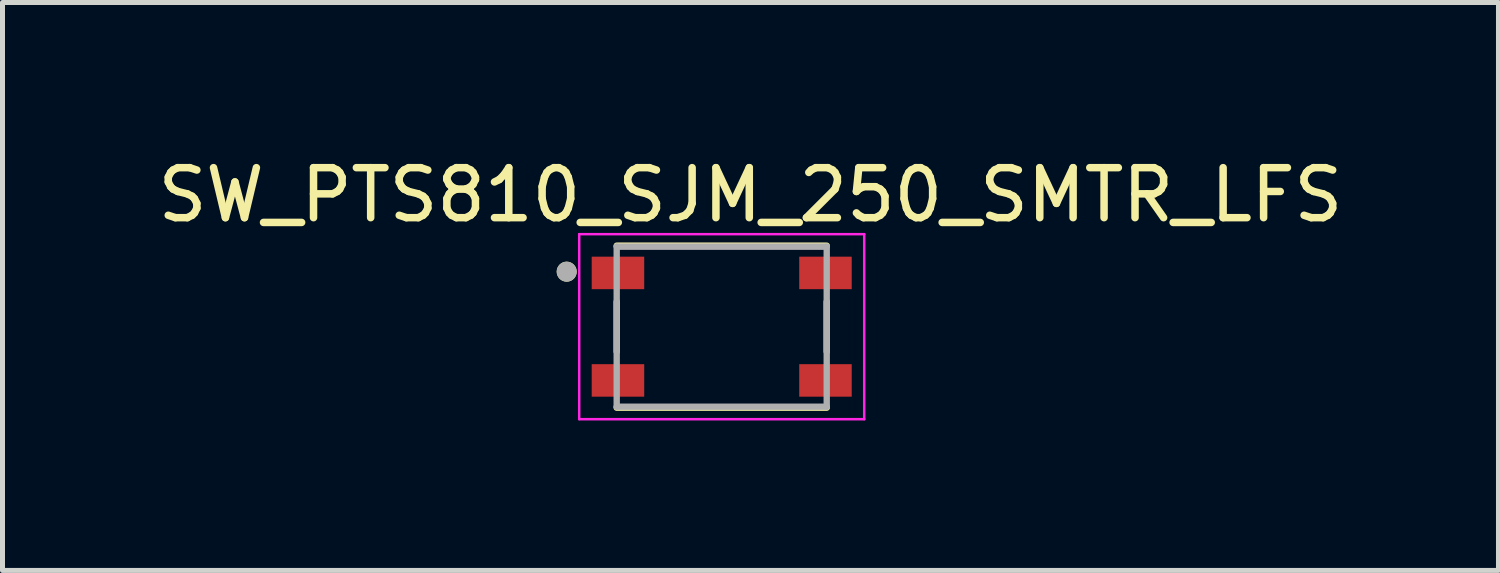
<source format=kicad_pcb>
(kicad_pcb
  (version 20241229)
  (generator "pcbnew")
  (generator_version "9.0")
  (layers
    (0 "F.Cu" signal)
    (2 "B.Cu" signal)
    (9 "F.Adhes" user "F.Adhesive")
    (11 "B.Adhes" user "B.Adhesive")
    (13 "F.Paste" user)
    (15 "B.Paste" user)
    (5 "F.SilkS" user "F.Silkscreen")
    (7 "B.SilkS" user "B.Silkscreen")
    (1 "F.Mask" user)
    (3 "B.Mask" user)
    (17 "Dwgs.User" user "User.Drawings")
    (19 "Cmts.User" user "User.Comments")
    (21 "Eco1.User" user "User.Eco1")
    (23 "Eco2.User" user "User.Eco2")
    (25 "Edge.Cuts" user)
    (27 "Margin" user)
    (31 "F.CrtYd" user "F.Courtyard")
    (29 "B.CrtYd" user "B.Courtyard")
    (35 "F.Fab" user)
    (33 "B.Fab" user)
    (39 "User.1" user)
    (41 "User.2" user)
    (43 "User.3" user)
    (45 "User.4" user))
  (footprint "SW_PTS810_SJM_250_SMTR_LFS"
    (layer "F.Cu")
    (at 11.383 3.483)
    (property "Reference" "SW_PTS810_SJM_250_SMTR_LFS" (at 0.575 -2.635 0) (layer "F.SilkS") (effects (font (size 1 1) (thickness 0.15))))
    (attr smd)
    (fp_line (start -2.1 -1.62) (end 2.1 -1.62) (stroke (width 0.127) (type solid)) (layer "F.SilkS"))
    (fp_line (start -2.1 0.5) (end -2.1 -0.5) (stroke (width 0.127) (type solid)) (layer "F.SilkS"))
    (fp_line (start 2.1 0.5) (end 2.1 -0.5) (stroke (width 0.127) (type solid)) (layer "F.SilkS"))
    (fp_line (start 2.1 1.62) (end -2.1 1.62) (stroke (width 0.127) (type solid)) (layer "F.SilkS"))
    (fp_circle (center -3.1 -1.1) (end -3 -1.1) (stroke (width 0.2) (type solid)) (fill no) (layer "F.SilkS"))
    (fp_line (start -2.85 -1.85) (end 2.85 -1.85) (stroke (width 0.05) (type solid)) (layer "F.CrtYd"))
    (fp_line (start -2.85 1.85) (end -2.85 -1.85) (stroke (width 0.05) (type solid)) (layer "F.CrtYd"))
    (fp_line (start 2.85 -1.85) (end 2.85 1.85) (stroke (width 0.05) (type solid)) (layer "F.CrtYd"))
    (fp_line (start 2.85 1.85) (end -2.85 1.85) (stroke (width 0.05) (type solid)) (layer "F.CrtYd"))
    (fp_line (start -2.1 -1.6) (end 2.1 -1.6) (stroke (width 0.127) (type solid)) (layer "F.Fab"))
    (fp_line (start -2.1 1.6) (end -2.1 -1.6) (stroke (width 0.127) (type solid)) (layer "F.Fab"))
    (fp_line (start 2.1 -1.6) (end 2.1 1.6) (stroke (width 0.127) (type solid)) (layer "F.Fab"))
    (fp_line (start 2.1 1.6) (end -2.1 1.6) (stroke (width 0.127) (type solid)) (layer "F.Fab"))
    (fp_circle (center -3.1 -1.1) (end -3 -1.1) (stroke (width 0.2) (type solid)) (fill no) (layer "F.Fab"))
    (pad "1" smd rect (at -2.075 -1.075) (size 1.05 0.65) (layers "F.Cu" "F.Mask" "F.Paste"))
    (pad "2" smd rect (at 2.075 -1.075) (size 1.05 0.65) (layers "F.Cu" "F.Mask" "F.Paste"))
    (pad "3" smd rect (at -2.075 1.075) (size 1.05 0.65) (layers "F.Cu" "F.Mask" "F.Paste"))
    (pad "4" smd rect (at 2.075 1.075) (size 1.05 0.65) (layers "F.Cu" "F.Mask" "F.Paste")))
  (gr_rect
    (start -3 -3)
    (end 26.917 8.358)
    (stroke (width 0.1) (type default))
    (fill no)
    (layer "Edge.Cuts")))
</source>
